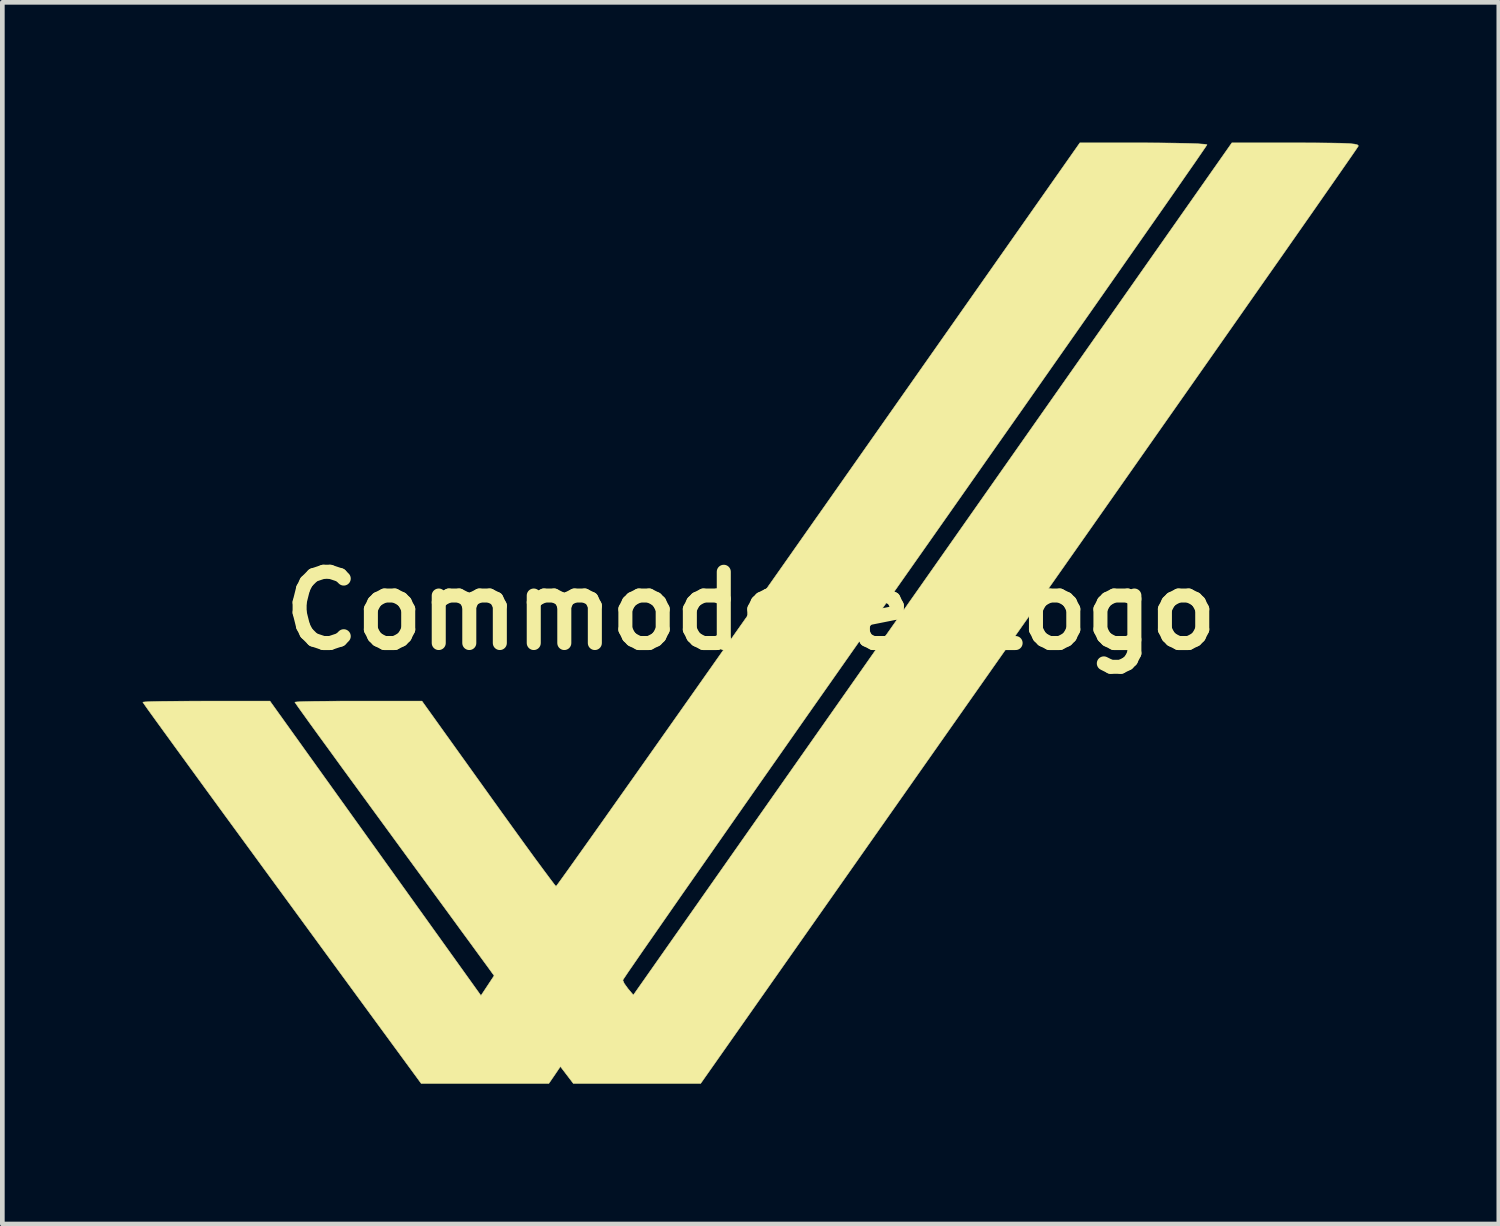
<source format=kicad_pcb>
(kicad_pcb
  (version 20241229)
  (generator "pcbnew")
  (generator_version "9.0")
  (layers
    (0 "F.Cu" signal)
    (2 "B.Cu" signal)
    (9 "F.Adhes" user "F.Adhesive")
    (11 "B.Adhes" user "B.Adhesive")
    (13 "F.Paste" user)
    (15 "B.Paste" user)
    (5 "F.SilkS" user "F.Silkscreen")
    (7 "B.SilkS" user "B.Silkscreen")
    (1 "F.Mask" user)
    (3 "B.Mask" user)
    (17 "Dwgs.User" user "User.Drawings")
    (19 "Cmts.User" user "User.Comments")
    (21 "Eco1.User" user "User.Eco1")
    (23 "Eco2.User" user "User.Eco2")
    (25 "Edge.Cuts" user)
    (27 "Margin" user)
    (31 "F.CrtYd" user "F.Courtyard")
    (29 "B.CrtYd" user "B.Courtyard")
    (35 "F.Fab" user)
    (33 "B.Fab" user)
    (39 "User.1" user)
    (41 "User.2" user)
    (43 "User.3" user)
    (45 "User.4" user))
  (footprint "Commodore Logo"
    (layer "F.Cu")
    (at 13.01 10.013)
    (property "Reference" "Commodore Logo" (at 0 0 0) (layer "F.SilkS") (effects (font (size 1.524 1.524) (thickness 0.3))))
    (attr through_hole)
    (fp_poly (pts (xy 8.754 -10.006) (xy 9.078 -10.002) (xy 9.353 -9.996) (xy 9.566 -9.988) (xy 9.704 -9.978) (xy 9.754 -9.968) (xy 9.754 -9.968) (xy 9.725 -9.923) (xy 9.64 -9.799) (xy 9.503 -9.599) (xy 9.314 -9.328) (xy 9.079 -8.989) (xy 8.798 -8.586) (xy 8.474 -8.123) (xy 8.111 -7.604) (xy 7.711 -7.032) (xy 7.277 -6.412) (xy 6.81 -5.746) (xy 6.315 -5.04) (xy 5.794 -4.296) (xy 5.248 -3.52) (xy 4.682 -2.713) (xy 4.098 -1.881) (xy 3.506 -1.039) (xy 2.906 -0.186) (xy 2.322 0.646) (xy 1.756 1.453) (xy 1.211 2.229) (xy 0.69 2.973) (xy 0.195 3.679) (xy -0.271 4.345) (xy -0.704 4.965) (xy -1.104 5.537) (xy -1.467 6.056) (xy -1.789 6.519) (xy -2.069 6.922) (xy -2.305 7.261) (xy -2.492 7.532) (xy -2.629 7.731) (xy -2.712 7.855) (xy -2.74 7.899) (xy -2.71 7.97) (xy -2.636 8.073) (xy -2.627 8.084) (xy -2.515 8.218) (xy 10.286 -10.008) (xy 11.651 -10.008) (xy 12.065 -10.007) (xy 12.387 -10.004) (xy 12.629 -10) (xy 12.8 -9.992) (xy 12.91 -9.981) (xy 12.97 -9.966) (xy 12.99 -9.947) (xy 12.988 -9.936) (xy 12.957 -9.889) (xy 12.87 -9.762) (xy 12.729 -9.559) (xy 12.538 -9.284) (xy 12.298 -8.94) (xy 12.013 -8.531) (xy 11.684 -8.061) (xy 11.315 -7.533) (xy 10.907 -6.952) (xy 10.464 -6.319) (xy 9.988 -5.64) (xy 9.481 -4.917) (xy 8.946 -4.155) (xy 8.386 -3.357) (xy 7.803 -2.526) (xy 7.2 -1.667) (xy 6.578 -0.782) (xy 5.943 0.122) (xy -1.075 10.109) (xy -3.798 10.109) (xy -3.936 9.928) (xy -4.075 9.746) (xy -4.198 9.928) (xy -4.322 10.109) (xy -7.052 10.109) (xy -7.862 9.004) (xy -8.536 8.084) (xy -9.169 7.22) (xy -9.759 6.413) (xy -10.305 5.667) (xy -10.805 4.983) (xy -11.258 4.364) (xy -11.662 3.81) (xy -12.016 3.324) (xy -12.318 2.909) (xy -12.567 2.566) (xy -12.762 2.297) (xy -12.901 2.104) (xy -12.982 1.989) (xy -13.005 1.954) (xy -12.956 1.948) (xy -12.819 1.942) (xy -12.607 1.937) (xy -12.332 1.934) (xy -12.009 1.932) (xy -11.649 1.931) (xy -11.646 1.931) (xy -10.287 1.931) (xy -8.03 5.081) (xy -5.774 8.23) (xy -5.633 8.017) (xy -5.492 7.804) (xy -5.66 7.572) (xy -5.719 7.492) (xy -5.833 7.336) (xy -5.995 7.114) (xy -6.201 6.833) (xy -6.444 6.5) (xy -6.72 6.123) (xy -7.022 5.71) (xy -7.346 5.268) (xy -7.685 4.804) (xy -7.791 4.659) (xy -8.128 4.198) (xy -8.447 3.761) (xy -8.743 3.356) (xy -9.01 2.988) (xy -9.245 2.666) (xy -9.441 2.395) (xy -9.593 2.183) (xy -9.698 2.036) (xy -9.749 1.962) (xy -9.754 1.954) (xy -9.705 1.948) (xy -9.568 1.942) (xy -9.356 1.937) (xy -9.081 1.934) (xy -8.758 1.931) (xy -8.398 1.931) (xy -8.395 1.931) (xy -7.036 1.931) (xy -5.617 3.912) (xy -5.333 4.308) (xy -5.067 4.677) (xy -4.824 5.013) (xy -4.611 5.306) (xy -4.432 5.548) (xy -4.295 5.732) (xy -4.206 5.85) (xy -4.169 5.893) (xy -4.168 5.893) (xy -4.136 5.852) (xy -4.049 5.732) (xy -3.909 5.537) (xy -3.719 5.27) (xy -3.482 4.937) (xy -3.201 4.541) (xy -2.879 4.085) (xy -2.518 3.575) (xy -2.122 3.014) (xy -1.693 2.406) (xy -1.234 1.755) (xy -0.748 1.065) (xy -0.237 0.34) (xy 0.295 -0.416) (xy 0.845 -1.198) (xy 1.411 -2.004) (xy 1.449 -2.057) (xy 7.035 -10.008) (xy 8.394 -10.008) (xy 8.754 -10.006)) (stroke (width 0.01) (type solid)) (fill yes) (layer "F.SilkS")))
  (gr_rect
    (start -3 -3)
    (end 29.005 23.127)
    (stroke (width 0.1) (type default))
    (fill no)
    (layer "Edge.Cuts")))
</source>
